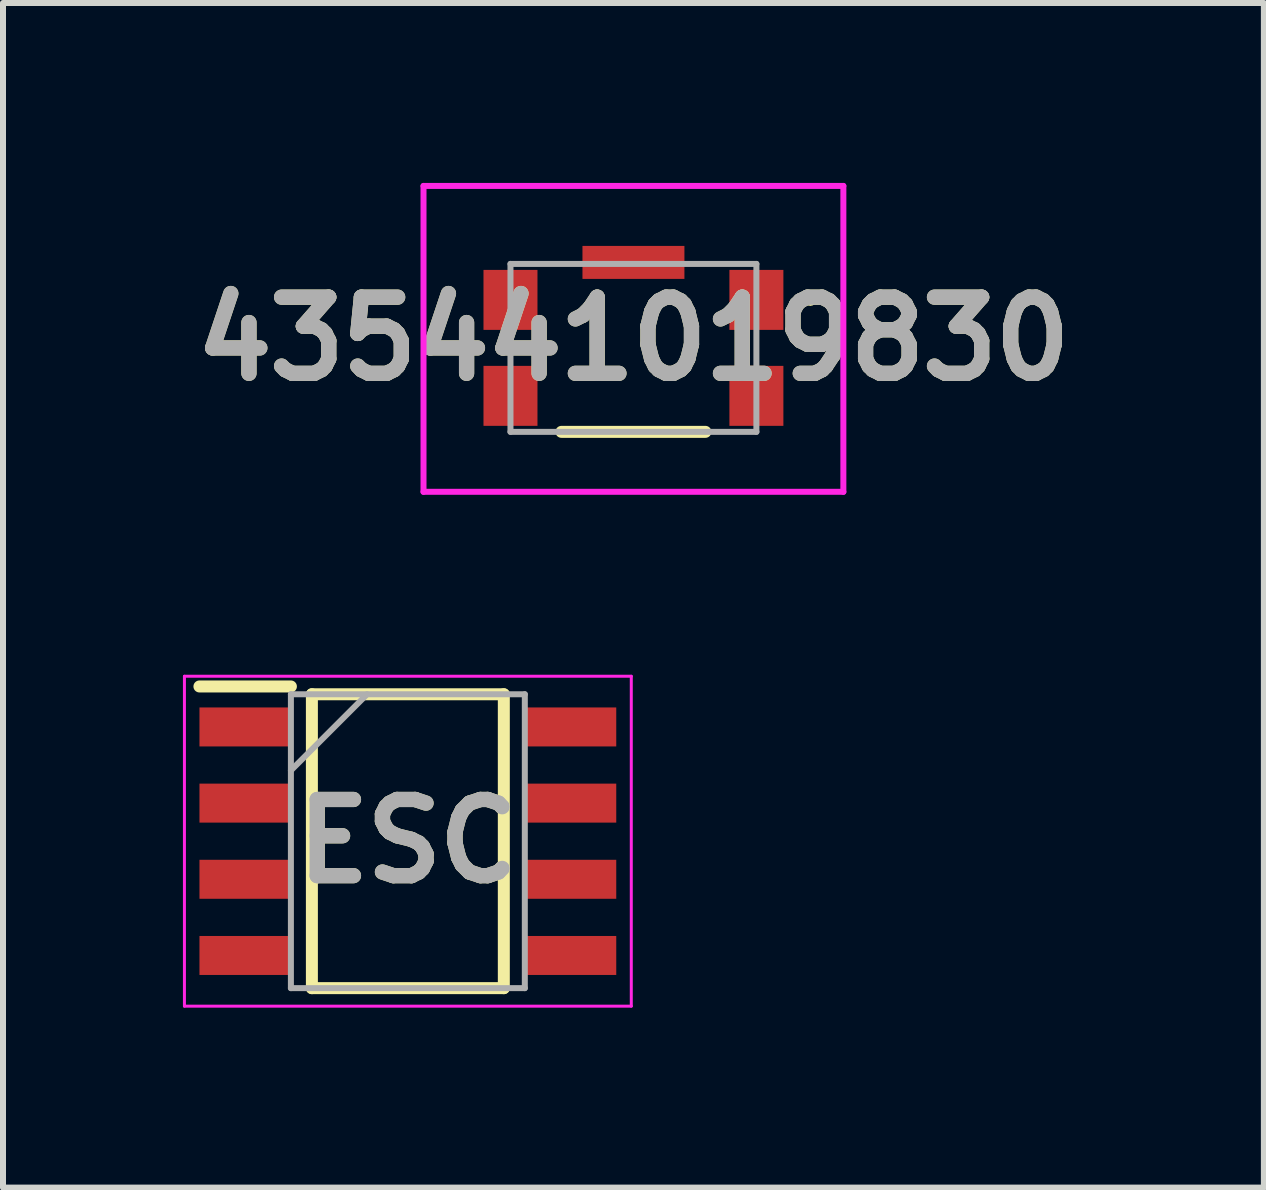
<source format=kicad_pcb>
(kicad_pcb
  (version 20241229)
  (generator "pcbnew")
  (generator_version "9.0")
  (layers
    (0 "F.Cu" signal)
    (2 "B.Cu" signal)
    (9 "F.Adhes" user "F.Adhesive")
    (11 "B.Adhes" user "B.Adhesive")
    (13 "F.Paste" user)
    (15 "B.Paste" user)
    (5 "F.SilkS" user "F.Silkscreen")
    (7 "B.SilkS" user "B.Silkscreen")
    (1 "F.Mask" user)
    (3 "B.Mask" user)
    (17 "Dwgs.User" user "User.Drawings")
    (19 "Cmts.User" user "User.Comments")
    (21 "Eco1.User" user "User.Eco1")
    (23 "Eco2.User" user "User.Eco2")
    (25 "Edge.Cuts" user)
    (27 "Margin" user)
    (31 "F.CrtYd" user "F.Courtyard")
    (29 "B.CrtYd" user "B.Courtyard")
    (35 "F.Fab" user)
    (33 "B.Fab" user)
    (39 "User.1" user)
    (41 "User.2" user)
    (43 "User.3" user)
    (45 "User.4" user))
  (footprint "435441019830"
    (layer "F.Cu")
    (at 7.511 2.75)
    (property "Reference" "435441019830" (at 0 -0.15 0) (layer "F.SilkS") (effects (font (size 1.27 1.27) (thickness 0.254))))
    (attr smd)
    (fp_line (start 1.2 1.4) (end -1.2 1.4) (stroke (width 0.2) (type solid)) (layer "F.SilkS"))
    (fp_line (start 2.9 -0.8) (end 2.9 -0.8) (stroke (width 0.1) (type solid)) (layer "F.SilkS"))
    (fp_line (start 3 -0.8) (end 3 -0.8) (stroke (width 0.1) (type solid)) (layer "F.SilkS"))
    (fp_arc (start 2.9 -0.8) (mid 2.95 -0.85) (end 3 -0.8) (stroke (width 0.1) (type solid)) (layer "F.SilkS"))
    (fp_arc (start 3 -0.8) (mid 2.95 -0.75) (end 2.9 -0.8) (stroke (width 0.1) (type solid)) (layer "F.SilkS"))
    (fp_line (start -3.5 -2.7) (end 3.5 -2.7) (stroke (width 0.1) (type solid)) (layer "F.CrtYd"))
    (fp_line (start -3.5 2.4) (end -3.5 -2.7) (stroke (width 0.1) (type solid)) (layer "F.CrtYd"))
    (fp_line (start 3.5 -2.7) (end 3.5 2.4) (stroke (width 0.1) (type solid)) (layer "F.CrtYd"))
    (fp_line (start 3.5 2.4) (end -3.5 2.4) (stroke (width 0.1) (type solid)) (layer "F.CrtYd"))
    (fp_line (start -2.05 -1.4) (end 2.05 -1.4) (stroke (width 0.1) (type solid)) (layer "F.Fab"))
    (fp_line (start -2.05 1.4) (end -2.05 -1.4) (stroke (width 0.1) (type solid)) (layer "F.Fab"))
    (fp_line (start 2.05 -1.4) (end 2.05 1.4) (stroke (width 0.1) (type solid)) (layer "F.Fab"))
    (fp_line (start 2.05 1.4) (end -2.05 1.4) (stroke (width 0.1) (type solid)) (layer "F.Fab"))
    (fp_text user "${REFERENCE}" (at 0 -0.15 0) (layer "F.Fab") (effects (font (size 1.27 1.27) (thickness 0.254))))
    (pad "1" smd rect (at 2.05 -0.8) (size 0.9 1) (layers "F.Cu" "F.Mask" "F.Paste"))
    (pad "2" smd rect (at 2.05 0.8) (size 0.9 1) (layers "F.Cu" "F.Mask" "F.Paste"))
    (pad "3" smd rect (at -2.05 0.8) (size 0.9 1) (layers "F.Cu" "F.Mask" "F.Paste"))
    (pad "4" smd rect (at -2.05 -0.8) (size 0.9 1) (layers "F.Cu" "F.Mask" "F.Paste"))
    (pad "G1" smd rect (at 0 -1.425 90) (size 0.55 1.7) (layers "F.Cu" "F.Mask" "F.Paste")))
  (footprint "ESC"
    (layer "F.Cu")
    (at 3.75 10.975)
    (property "Reference" "ESC" (at 0 0 0) (layer "F.SilkS") (effects (font (size 1.27 1.27) (thickness 0.254))))
    (attr smd)
    (fp_line (start -3.475 -2.58) (end -1.95 -2.58) (stroke (width 0.2) (type solid)) (layer "F.SilkS"))
    (fp_line (start -1.6 -2.45) (end 1.6 -2.45) (stroke (width 0.2) (type solid)) (layer "F.SilkS"))
    (fp_line (start -1.6 2.45) (end -1.6 -2.45) (stroke (width 0.2) (type solid)) (layer "F.SilkS"))
    (fp_line (start 1.6 -2.45) (end 1.6 2.45) (stroke (width 0.2) (type solid)) (layer "F.SilkS"))
    (fp_line (start 1.6 2.45) (end -1.6 2.45) (stroke (width 0.2) (type solid)) (layer "F.SilkS"))
    (fp_line (start -3.725 -2.75) (end 3.725 -2.75) (stroke (width 0.05) (type solid)) (layer "F.CrtYd"))
    (fp_line (start -3.725 2.75) (end -3.725 -2.75) (stroke (width 0.05) (type solid)) (layer "F.CrtYd"))
    (fp_line (start 3.725 -2.75) (end 3.725 2.75) (stroke (width 0.05) (type solid)) (layer "F.CrtYd"))
    (fp_line (start 3.725 2.75) (end -3.725 2.75) (stroke (width 0.05) (type solid)) (layer "F.CrtYd"))
    (fp_line (start -1.95 -2.45) (end 1.95 -2.45) (stroke (width 0.1) (type solid)) (layer "F.Fab"))
    (fp_line (start -1.95 -1.18) (end -0.68 -2.45) (stroke (width 0.1) (type solid)) (layer "F.Fab"))
    (fp_line (start -1.95 2.45) (end -1.95 -2.45) (stroke (width 0.1) (type solid)) (layer "F.Fab"))
    (fp_line (start 1.95 -2.45) (end 1.95 2.45) (stroke (width 0.1) (type solid)) (layer "F.Fab"))
    (fp_line (start 1.95 2.45) (end -1.95 2.45) (stroke (width 0.1) (type solid)) (layer "F.Fab"))
    (fp_text user "${REFERENCE}" (at 0 0 0) (layer "F.Fab") (effects (font (size 1.27 1.27) (thickness 0.254))))
    (pad "1" smd rect (at -2.712 -1.905 90) (size 0.65 1.525) (layers "F.Cu" "F.Mask" "F.Paste"))
    (pad "2" smd rect (at -2.712 -0.635 90) (size 0.65 1.525) (layers "F.Cu" "F.Mask" "F.Paste"))
    (pad "3" smd rect (at -2.712 0.635 90) (size 0.65 1.525) (layers "F.Cu" "F.Mask" "F.Paste"))
    (pad "4" smd rect (at -2.712 1.905 90) (size 0.65 1.525) (layers "F.Cu" "F.Mask" "F.Paste"))
    (pad "5" smd rect (at 2.712 1.905 90) (size 0.65 1.525) (layers "F.Cu" "F.Mask" "F.Paste"))
    (pad "6" smd rect (at 2.712 0.635 90) (size 0.65 1.525) (layers "F.Cu" "F.Mask" "F.Paste"))
    (pad "7" smd rect (at 2.712 -0.635 90) (size 0.65 1.525) (layers "F.Cu" "F.Mask" "F.Paste"))
    (pad "8" smd rect (at 2.712 -1.905 90) (size 0.65 1.525) (layers "F.Cu" "F.Mask" "F.Paste")))
  (gr_rect
    (start -3 -3)
    (end 18.022 16.75)
    (stroke (width 0.1) (type default))
    (fill no)
    (layer "Edge.Cuts")))
</source>
